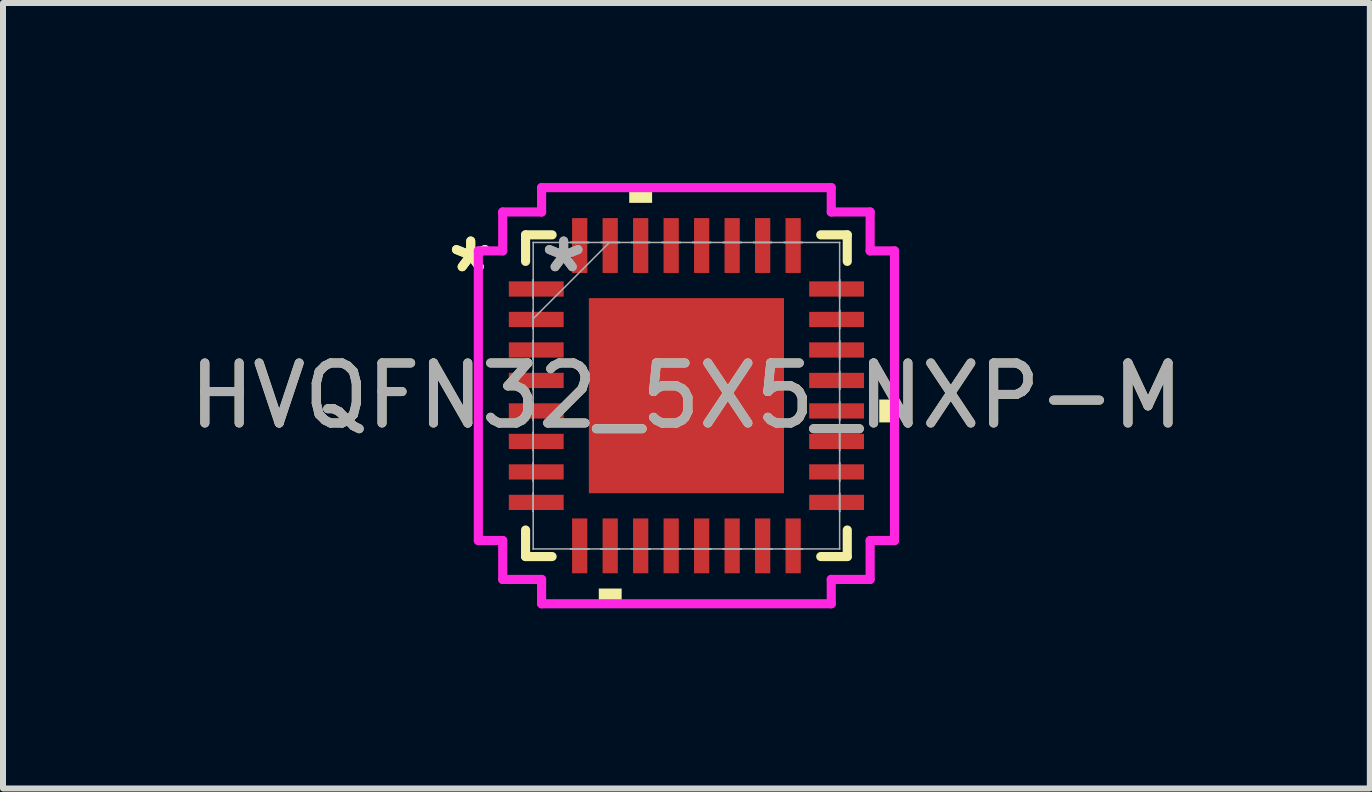
<source format=kicad_pcb>
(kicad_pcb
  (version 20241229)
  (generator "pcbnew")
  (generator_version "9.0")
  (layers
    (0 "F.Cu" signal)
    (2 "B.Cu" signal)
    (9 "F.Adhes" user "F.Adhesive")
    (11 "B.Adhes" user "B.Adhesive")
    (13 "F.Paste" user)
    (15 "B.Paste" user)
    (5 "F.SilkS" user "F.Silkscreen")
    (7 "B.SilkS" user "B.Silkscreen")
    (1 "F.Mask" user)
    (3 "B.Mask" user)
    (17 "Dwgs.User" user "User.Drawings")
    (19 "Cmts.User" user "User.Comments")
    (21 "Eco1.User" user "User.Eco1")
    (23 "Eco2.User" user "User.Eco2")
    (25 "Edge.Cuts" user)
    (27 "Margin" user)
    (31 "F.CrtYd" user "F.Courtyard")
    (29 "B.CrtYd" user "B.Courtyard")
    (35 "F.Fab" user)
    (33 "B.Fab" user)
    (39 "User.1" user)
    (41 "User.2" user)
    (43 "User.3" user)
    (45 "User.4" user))
  (footprint "HVQFN32_5X5_NXP-M"
    (layer "F.Cu")
    (at 8.387 3.543)
    (property "Reference" "HVQFN32_5X5_NXP-M" (at 0 0 0) (unlocked yes) (layer "F.SilkS") (effects (font (size 1 1) (thickness 0.15))))
    (attr smd)
    (fp_line (start -2.68 -2.68) (end -2.68 -2.238) (stroke (width 0.152) (type solid)) (layer "F.SilkS"))
    (fp_line (start -2.68 2.238) (end -2.68 2.68) (stroke (width 0.152) (type solid)) (layer "F.SilkS"))
    (fp_line (start -2.68 2.68) (end -2.238 2.68) (stroke (width 0.152) (type solid)) (layer "F.SilkS"))
    (fp_line (start -2.238 -2.68) (end -2.68 -2.68) (stroke (width 0.152) (type solid)) (layer "F.SilkS"))
    (fp_line (start 2.238 2.68) (end 2.68 2.68) (stroke (width 0.152) (type solid)) (layer "F.SilkS"))
    (fp_line (start 2.68 -2.68) (end 2.238 -2.68) (stroke (width 0.152) (type solid)) (layer "F.SilkS"))
    (fp_line (start 2.68 -2.238) (end 2.68 -2.68) (stroke (width 0.152) (type solid)) (layer "F.SilkS"))
    (fp_line (start 2.68 2.68) (end 2.68 2.238) (stroke (width 0.152) (type solid)) (layer "F.SilkS"))
    (fp_poly (pts (xy -1.46 3.213) (xy -1.46 3.467) (xy -1.079 3.467) (xy -1.079 3.213)) (stroke (width 0) (type solid)) (fill yes) (layer "F.SilkS"))
    (fp_poly (pts (xy -0.953 -3.213) (xy -0.953 -3.467) (xy -0.572 -3.467) (xy -0.572 -3.213)) (stroke (width 0) (type solid)) (fill yes) (layer "F.SilkS"))
    (fp_poly (pts (xy 3.467 0.064) (xy 3.467 0.445) (xy 3.213 0.445) (xy 3.213 0.064)) (stroke (width 0) (type solid)) (fill yes) (layer "F.SilkS"))
    (fp_poly (pts (xy -1.526 -1.526) (xy -1.526 -0.1) (xy -0.1 -0.1) (xy -0.1 -1.526)) (stroke (width 0) (type solid)) (fill yes) (layer "F.Paste"))
    (fp_poly (pts (xy -1.526 0.1) (xy -1.526 1.526) (xy -0.1 1.526) (xy -0.1 0.1)) (stroke (width 0) (type solid)) (fill yes) (layer "F.Paste"))
    (fp_poly (pts (xy 0.1 -1.526) (xy 0.1 -0.1) (xy 1.526 -0.1) (xy 1.526 -1.526)) (stroke (width 0) (type solid)) (fill yes) (layer "F.Paste"))
    (fp_poly (pts (xy 0.1 0.1) (xy 0.1 1.526) (xy 1.526 1.526) (xy 1.526 0.1)) (stroke (width 0) (type solid)) (fill yes) (layer "F.Paste"))
    (fp_line (start -3.467 -2.413) (end -3.061 -2.413) (stroke (width 0.152) (type solid)) (layer "F.CrtYd"))
    (fp_line (start -3.467 2.413) (end -3.467 -2.413) (stroke (width 0.152) (type solid)) (layer "F.CrtYd"))
    (fp_line (start -3.061 -3.061) (end -2.413 -3.061) (stroke (width 0.152) (type solid)) (layer "F.CrtYd"))
    (fp_line (start -3.061 -2.413) (end -3.061 -3.061) (stroke (width 0.152) (type solid)) (layer "F.CrtYd"))
    (fp_line (start -3.061 2.413) (end -3.467 2.413) (stroke (width 0.152) (type solid)) (layer "F.CrtYd"))
    (fp_line (start -3.061 3.061) (end -3.061 2.413) (stroke (width 0.152) (type solid)) (layer "F.CrtYd"))
    (fp_line (start -2.413 -3.467) (end 2.413 -3.467) (stroke (width 0.152) (type solid)) (layer "F.CrtYd"))
    (fp_line (start -2.413 -3.061) (end -2.413 -3.467) (stroke (width 0.152) (type solid)) (layer "F.CrtYd"))
    (fp_line (start -2.413 3.061) (end -3.061 3.061) (stroke (width 0.152) (type solid)) (layer "F.CrtYd"))
    (fp_line (start -2.413 3.467) (end -2.413 3.061) (stroke (width 0.152) (type solid)) (layer "F.CrtYd"))
    (fp_line (start 2.413 -3.467) (end 2.413 -3.061) (stroke (width 0.152) (type solid)) (layer "F.CrtYd"))
    (fp_line (start 2.413 -3.061) (end 3.061 -3.061) (stroke (width 0.152) (type solid)) (layer "F.CrtYd"))
    (fp_line (start 2.413 3.061) (end 2.413 3.467) (stroke (width 0.152) (type solid)) (layer "F.CrtYd"))
    (fp_line (start 2.413 3.467) (end -2.413 3.467) (stroke (width 0.152) (type solid)) (layer "F.CrtYd"))
    (fp_line (start 3.061 -3.061) (end 3.061 -2.413) (stroke (width 0.152) (type solid)) (layer "F.CrtYd"))
    (fp_line (start 3.061 -2.413) (end 3.467 -2.413) (stroke (width 0.152) (type solid)) (layer "F.CrtYd"))
    (fp_line (start 3.061 2.413) (end 3.061 3.061) (stroke (width 0.152) (type solid)) (layer "F.CrtYd"))
    (fp_line (start 3.061 3.061) (end 2.413 3.061) (stroke (width 0.152) (type solid)) (layer "F.CrtYd"))
    (fp_line (start 3.467 -2.413) (end 3.467 2.413) (stroke (width 0.152) (type solid)) (layer "F.CrtYd"))
    (fp_line (start 3.467 2.413) (end 3.061 2.413) (stroke (width 0.152) (type solid)) (layer "F.CrtYd"))
    (fp_line (start -2.553 -2.553) (end -2.553 -2.553) (stroke (width 0.025) (type solid)) (layer "F.Fab"))
    (fp_line (start -2.553 -2.553) (end -2.553 2.553) (stroke (width 0.025) (type solid)) (layer "F.Fab"))
    (fp_line (start -2.553 -1.93) (end -2.553 -1.93) (stroke (width 0.025) (type solid)) (layer "F.Fab"))
    (fp_line (start -2.553 -1.93) (end -2.553 -1.626) (stroke (width 0.025) (type solid)) (layer "F.Fab"))
    (fp_line (start -2.553 -1.626) (end -2.553 -1.93) (stroke (width 0.025) (type solid)) (layer "F.Fab"))
    (fp_line (start -2.553 -1.626) (end -2.553 -1.626) (stroke (width 0.025) (type solid)) (layer "F.Fab"))
    (fp_line (start -2.553 -1.422) (end -2.553 -1.422) (stroke (width 0.025) (type solid)) (layer "F.Fab"))
    (fp_line (start -2.553 -1.422) (end -2.553 -1.118) (stroke (width 0.025) (type solid)) (layer "F.Fab"))
    (fp_line (start -2.553 -1.283) (end -1.283 -2.553) (stroke (width 0.025) (type solid)) (layer "F.Fab"))
    (fp_line (start -2.553 -1.118) (end -2.553 -1.422) (stroke (width 0.025) (type solid)) (layer "F.Fab"))
    (fp_line (start -2.553 -1.118) (end -2.553 -1.118) (stroke (width 0.025) (type solid)) (layer "F.Fab"))
    (fp_line (start -2.553 -0.914) (end -2.553 -0.914) (stroke (width 0.025) (type solid)) (layer "F.Fab"))
    (fp_line (start -2.553 -0.914) (end -2.553 -0.61) (stroke (width 0.025) (type solid)) (layer "F.Fab"))
    (fp_line (start -2.553 -0.61) (end -2.553 -0.914) (stroke (width 0.025) (type solid)) (layer "F.Fab"))
    (fp_line (start -2.553 -0.61) (end -2.553 -0.61) (stroke (width 0.025) (type solid)) (layer "F.Fab"))
    (fp_line (start -2.553 -0.406) (end -2.553 -0.406) (stroke (width 0.025) (type solid)) (layer "F.Fab"))
    (fp_line (start -2.553 -0.406) (end -2.553 -0.102) (stroke (width 0.025) (type solid)) (layer "F.Fab"))
    (fp_line (start -2.553 -0.102) (end -2.553 -0.406) (stroke (width 0.025) (type solid)) (layer "F.Fab"))
    (fp_line (start -2.553 -0.102) (end -2.553 -0.102) (stroke (width 0.025) (type solid)) (layer "F.Fab"))
    (fp_line (start -2.553 0.102) (end -2.553 0.102) (stroke (width 0.025) (type solid)) (layer "F.Fab"))
    (fp_line (start -2.553 0.102) (end -2.553 0.406) (stroke (width 0.025) (type solid)) (layer "F.Fab"))
    (fp_line (start -2.553 0.406) (end -2.553 0.102) (stroke (width 0.025) (type solid)) (layer "F.Fab"))
    (fp_line (start -2.553 0.406) (end -2.553 0.406) (stroke (width 0.025) (type solid)) (layer "F.Fab"))
    (fp_line (start -2.553 0.61) (end -2.553 0.61) (stroke (width 0.025) (type solid)) (layer "F.Fab"))
    (fp_line (start -2.553 0.61) (end -2.553 0.914) (stroke (width 0.025) (type solid)) (layer "F.Fab"))
    (fp_line (start -2.553 0.914) (end -2.553 0.61) (stroke (width 0.025) (type solid)) (layer "F.Fab"))
    (fp_line (start -2.553 0.914) (end -2.553 0.914) (stroke (width 0.025) (type solid)) (layer "F.Fab"))
    (fp_line (start -2.553 1.118) (end -2.553 1.118) (stroke (width 0.025) (type solid)) (layer "F.Fab"))
    (fp_line (start -2.553 1.118) (end -2.553 1.422) (stroke (width 0.025) (type solid)) (layer "F.Fab"))
    (fp_line (start -2.553 1.422) (end -2.553 1.118) (stroke (width 0.025) (type solid)) (layer "F.Fab"))
    (fp_line (start -2.553 1.422) (end -2.553 1.422) (stroke (width 0.025) (type solid)) (layer "F.Fab"))
    (fp_line (start -2.553 1.626) (end -2.553 1.626) (stroke (width 0.025) (type solid)) (layer "F.Fab"))
    (fp_line (start -2.553 1.626) (end -2.553 1.93) (stroke (width 0.025) (type solid)) (layer "F.Fab"))
    (fp_line (start -2.553 1.93) (end -2.553 1.626) (stroke (width 0.025) (type solid)) (layer "F.Fab"))
    (fp_line (start -2.553 1.93) (end -2.553 1.93) (stroke (width 0.025) (type solid)) (layer "F.Fab"))
    (fp_line (start -2.553 2.553) (end -2.553 2.553) (stroke (width 0.025) (type solid)) (layer "F.Fab"))
    (fp_line (start -2.553 2.553) (end 2.553 2.553) (stroke (width 0.025) (type solid)) (layer "F.Fab"))
    (fp_line (start -1.93 -2.553) (end -1.93 -2.553) (stroke (width 0.025) (type solid)) (layer "F.Fab"))
    (fp_line (start -1.93 -2.553) (end -1.626 -2.553) (stroke (width 0.025) (type solid)) (layer "F.Fab"))
    (fp_line (start -1.93 2.553) (end -1.93 2.553) (stroke (width 0.025) (type solid)) (layer "F.Fab"))
    (fp_line (start -1.93 2.553) (end -1.626 2.553) (stroke (width 0.025) (type solid)) (layer "F.Fab"))
    (fp_line (start -1.626 -2.553) (end -1.93 -2.553) (stroke (width 0.025) (type solid)) (layer "F.Fab"))
    (fp_line (start -1.626 -2.553) (end -1.626 -2.553) (stroke (width 0.025) (type solid)) (layer "F.Fab"))
    (fp_line (start -1.626 2.553) (end -1.93 2.553) (stroke (width 0.025) (type solid)) (layer "F.Fab"))
    (fp_line (start -1.626 2.553) (end -1.626 2.553) (stroke (width 0.025) (type solid)) (layer "F.Fab"))
    (fp_line (start -1.422 -2.553) (end -1.422 -2.553) (stroke (width 0.025) (type solid)) (layer "F.Fab"))
    (fp_line (start -1.422 -2.553) (end -1.118 -2.553) (stroke (width 0.025) (type solid)) (layer "F.Fab"))
    (fp_line (start -1.422 2.553) (end -1.422 2.553) (stroke (width 0.025) (type solid)) (layer "F.Fab"))
    (fp_line (start -1.422 2.553) (end -1.118 2.553) (stroke (width 0.025) (type solid)) (layer "F.Fab"))
    (fp_line (start -1.118 -2.553) (end -1.422 -2.553) (stroke (width 0.025) (type solid)) (layer "F.Fab"))
    (fp_line (start -1.118 -2.553) (end -1.118 -2.553) (stroke (width 0.025) (type solid)) (layer "F.Fab"))
    (fp_line (start -1.118 2.553) (end -1.422 2.553) (stroke (width 0.025) (type solid)) (layer "F.Fab"))
    (fp_line (start -1.118 2.553) (end -1.118 2.553) (stroke (width 0.025) (type solid)) (layer "F.Fab"))
    (fp_line (start -0.914 -2.553) (end -0.914 -2.553) (stroke (width 0.025) (type solid)) (layer "F.Fab"))
    (fp_line (start -0.914 -2.553) (end -0.61 -2.553) (stroke (width 0.025) (type solid)) (layer "F.Fab"))
    (fp_line (start -0.914 2.553) (end -0.914 2.553) (stroke (width 0.025) (type solid)) (layer "F.Fab"))
    (fp_line (start -0.914 2.553) (end -0.61 2.553) (stroke (width 0.025) (type solid)) (layer "F.Fab"))
    (fp_line (start -0.61 -2.553) (end -0.914 -2.553) (stroke (width 0.025) (type solid)) (layer "F.Fab"))
    (fp_line (start -0.61 -2.553) (end -0.61 -2.553) (stroke (width 0.025) (type solid)) (layer "F.Fab"))
    (fp_line (start -0.61 2.553) (end -0.914 2.553) (stroke (width 0.025) (type solid)) (layer "F.Fab"))
    (fp_line (start -0.61 2.553) (end -0.61 2.553) (stroke (width 0.025) (type solid)) (layer "F.Fab"))
    (fp_line (start -0.406 -2.553) (end -0.406 -2.553) (stroke (width 0.025) (type solid)) (layer "F.Fab"))
    (fp_line (start -0.406 -2.553) (end -0.102 -2.553) (stroke (width 0.025) (type solid)) (layer "F.Fab"))
    (fp_line (start -0.406 2.553) (end -0.406 2.553) (stroke (width 0.025) (type solid)) (layer "F.Fab"))
    (fp_line (start -0.406 2.553) (end -0.102 2.553) (stroke (width 0.025) (type solid)) (layer "F.Fab"))
    (fp_line (start -0.102 -2.553) (end -0.406 -2.553) (stroke (width 0.025) (type solid)) (layer "F.Fab"))
    (fp_line (start -0.102 -2.553) (end -0.102 -2.553) (stroke (width 0.025) (type solid)) (layer "F.Fab"))
    (fp_line (start -0.102 2.553) (end -0.406 2.553) (stroke (width 0.025) (type solid)) (layer "F.Fab"))
    (fp_line (start -0.102 2.553) (end -0.102 2.553) (stroke (width 0.025) (type solid)) (layer "F.Fab"))
    (fp_line (start 0.102 -2.553) (end 0.102 -2.553) (stroke (width 0.025) (type solid)) (layer "F.Fab"))
    (fp_line (start 0.102 -2.553) (end 0.406 -2.553) (stroke (width 0.025) (type solid)) (layer "F.Fab"))
    (fp_line (start 0.102 2.553) (end 0.102 2.553) (stroke (width 0.025) (type solid)) (layer "F.Fab"))
    (fp_line (start 0.102 2.553) (end 0.406 2.553) (stroke (width 0.025) (type solid)) (layer "F.Fab"))
    (fp_line (start 0.406 -2.553) (end 0.102 -2.553) (stroke (width 0.025) (type solid)) (layer "F.Fab"))
    (fp_line (start 0.406 -2.553) (end 0.406 -2.553) (stroke (width 0.025) (type solid)) (layer "F.Fab"))
    (fp_line (start 0.406 2.553) (end 0.102 2.553) (stroke (width 0.025) (type solid)) (layer "F.Fab"))
    (fp_line (start 0.406 2.553) (end 0.406 2.553) (stroke (width 0.025) (type solid)) (layer "F.Fab"))
    (fp_line (start 0.61 -2.553) (end 0.61 -2.553) (stroke (width 0.025) (type solid)) (layer "F.Fab"))
    (fp_line (start 0.61 -2.553) (end 0.914 -2.553) (stroke (width 0.025) (type solid)) (layer "F.Fab"))
    (fp_line (start 0.61 2.553) (end 0.61 2.553) (stroke (width 0.025) (type solid)) (layer "F.Fab"))
    (fp_line (start 0.61 2.553) (end 0.914 2.553) (stroke (width 0.025) (type solid)) (layer "F.Fab"))
    (fp_line (start 0.914 -2.553) (end 0.61 -2.553) (stroke (width 0.025) (type solid)) (layer "F.Fab"))
    (fp_line (start 0.914 -2.553) (end 0.914 -2.553) (stroke (width 0.025) (type solid)) (layer "F.Fab"))
    (fp_line (start 0.914 2.553) (end 0.61 2.553) (stroke (width 0.025) (type solid)) (layer "F.Fab"))
    (fp_line (start 0.914 2.553) (end 0.914 2.553) (stroke (width 0.025) (type solid)) (layer "F.Fab"))
    (fp_line (start 1.118 -2.553) (end 1.118 -2.553) (stroke (width 0.025) (type solid)) (layer "F.Fab"))
    (fp_line (start 1.118 -2.553) (end 1.422 -2.553) (stroke (width 0.025) (type solid)) (layer "F.Fab"))
    (fp_line (start 1.118 2.553) (end 1.118 2.553) (stroke (width 0.025) (type solid)) (layer "F.Fab"))
    (fp_line (start 1.118 2.553) (end 1.422 2.553) (stroke (width 0.025) (type solid)) (layer "F.Fab"))
    (fp_line (start 1.422 -2.553) (end 1.118 -2.553) (stroke (width 0.025) (type solid)) (layer "F.Fab"))
    (fp_line (start 1.422 -2.553) (end 1.422 -2.553) (stroke (width 0.025) (type solid)) (layer "F.Fab"))
    (fp_line (start 1.422 2.553) (end 1.118 2.553) (stroke (width 0.025) (type solid)) (layer "F.Fab"))
    (fp_line (start 1.422 2.553) (end 1.422 2.553) (stroke (width 0.025) (type solid)) (layer "F.Fab"))
    (fp_line (start 1.626 -2.553) (end 1.626 -2.553) (stroke (width 0.025) (type solid)) (layer "F.Fab"))
    (fp_line (start 1.626 -2.553) (end 1.93 -2.553) (stroke (width 0.025) (type solid)) (layer "F.Fab"))
    (fp_line (start 1.626 2.553) (end 1.626 2.553) (stroke (width 0.025) (type solid)) (layer "F.Fab"))
    (fp_line (start 1.626 2.553) (end 1.93 2.553) (stroke (width 0.025) (type solid)) (layer "F.Fab"))
    (fp_line (start 1.93 -2.553) (end 1.626 -2.553) (stroke (width 0.025) (type solid)) (layer "F.Fab"))
    (fp_line (start 1.93 -2.553) (end 1.93 -2.553) (stroke (width 0.025) (type solid)) (layer "F.Fab"))
    (fp_line (start 1.93 2.553) (end 1.626 2.553) (stroke (width 0.025) (type solid)) (layer "F.Fab"))
    (fp_line (start 1.93 2.553) (end 1.93 2.553) (stroke (width 0.025) (type solid)) (layer "F.Fab"))
    (fp_line (start 2.553 -2.553) (end -2.553 -2.553) (stroke (width 0.025) (type solid)) (layer "F.Fab"))
    (fp_line (start 2.553 -2.553) (end 2.553 -2.553) (stroke (width 0.025) (type solid)) (layer "F.Fab"))
    (fp_line (start 2.553 -1.93) (end 2.553 -1.93) (stroke (width 0.025) (type solid)) (layer "F.Fab"))
    (fp_line (start 2.553 -1.93) (end 2.553 -1.626) (stroke (width 0.025) (type solid)) (layer "F.Fab"))
    (fp_line (start 2.553 -1.626) (end 2.553 -1.93) (stroke (width 0.025) (type solid)) (layer "F.Fab"))
    (fp_line (start 2.553 -1.626) (end 2.553 -1.626) (stroke (width 0.025) (type solid)) (layer "F.Fab"))
    (fp_line (start 2.553 -1.422) (end 2.553 -1.422) (stroke (width 0.025) (type solid)) (layer "F.Fab"))
    (fp_line (start 2.553 -1.422) (end 2.553 -1.118) (stroke (width 0.025) (type solid)) (layer "F.Fab"))
    (fp_line (start 2.553 -1.118) (end 2.553 -1.422) (stroke (width 0.025) (type solid)) (layer "F.Fab"))
    (fp_line (start 2.553 -1.118) (end 2.553 -1.118) (stroke (width 0.025) (type solid)) (layer "F.Fab"))
    (fp_line (start 2.553 -0.914) (end 2.553 -0.914) (stroke (width 0.025) (type solid)) (layer "F.Fab"))
    (fp_line (start 2.553 -0.914) (end 2.553 -0.61) (stroke (width 0.025) (type solid)) (layer "F.Fab"))
    (fp_line (start 2.553 -0.61) (end 2.553 -0.914) (stroke (width 0.025) (type solid)) (layer "F.Fab"))
    (fp_line (start 2.553 -0.61) (end 2.553 -0.61) (stroke (width 0.025) (type solid)) (layer "F.Fab"))
    (fp_line (start 2.553 -0.406) (end 2.553 -0.406) (stroke (width 0.025) (type solid)) (layer "F.Fab"))
    (fp_line (start 2.553 -0.406) (end 2.553 -0.102) (stroke (width 0.025) (type solid)) (layer "F.Fab"))
    (fp_line (start 2.553 -0.102) (end 2.553 -0.406) (stroke (width 0.025) (type solid)) (layer "F.Fab"))
    (fp_line (start 2.553 -0.102) (end 2.553 -0.102) (stroke (width 0.025) (type solid)) (layer "F.Fab"))
    (fp_line (start 2.553 0.102) (end 2.553 0.102) (stroke (width 0.025) (type solid)) (layer "F.Fab"))
    (fp_line (start 2.553 0.102) (end 2.553 0.406) (stroke (width 0.025) (type solid)) (layer "F.Fab"))
    (fp_line (start 2.553 0.406) (end 2.553 0.102) (stroke (width 0.025) (type solid)) (layer "F.Fab"))
    (fp_line (start 2.553 0.406) (end 2.553 0.406) (stroke (width 0.025) (type solid)) (layer "F.Fab"))
    (fp_line (start 2.553 0.61) (end 2.553 0.61) (stroke (width 0.025) (type solid)) (layer "F.Fab"))
    (fp_line (start 2.553 0.61) (end 2.553 0.914) (stroke (width 0.025) (type solid)) (layer "F.Fab"))
    (fp_line (start 2.553 0.914) (end 2.553 0.61) (stroke (width 0.025) (type solid)) (layer "F.Fab"))
    (fp_line (start 2.553 0.914) (end 2.553 0.914) (stroke (width 0.025) (type solid)) (layer "F.Fab"))
    (fp_line (start 2.553 1.118) (end 2.553 1.118) (stroke (width 0.025) (type solid)) (layer "F.Fab"))
    (fp_line (start 2.553 1.118) (end 2.553 1.422) (stroke (width 0.025) (type solid)) (layer "F.Fab"))
    (fp_line (start 2.553 1.422) (end 2.553 1.118) (stroke (width 0.025) (type solid)) (layer "F.Fab"))
    (fp_line (start 2.553 1.422) (end 2.553 1.422) (stroke (width 0.025) (type solid)) (layer "F.Fab"))
    (fp_line (start 2.553 1.626) (end 2.553 1.626) (stroke (width 0.025) (type solid)) (layer "F.Fab"))
    (fp_line (start 2.553 1.626) (end 2.553 1.93) (stroke (width 0.025) (type solid)) (layer "F.Fab"))
    (fp_line (start 2.553 1.93) (end 2.553 1.626) (stroke (width 0.025) (type solid)) (layer "F.Fab"))
    (fp_line (start 2.553 1.93) (end 2.553 1.93) (stroke (width 0.025) (type solid)) (layer "F.Fab"))
    (fp_line (start 2.553 2.553) (end 2.553 -2.553) (stroke (width 0.025) (type solid)) (layer "F.Fab"))
    (fp_line (start 2.553 2.553) (end 2.553 2.553) (stroke (width 0.025) (type solid)) (layer "F.Fab"))
    (fp_text user "*" (at -3.594 -2.032 0) (unlocked yes) (layer "F.SilkS") (effects (font (size 1 1) (thickness 0.15))))
    (fp_text user "*" (at -3.594 -2.032 0) (layer "F.SilkS") (effects (font (size 1 1) (thickness 0.15))))
    (fp_text user "${REFERENCE}" (at 0 0 0) (unlocked yes) (layer "F.Fab") (effects (font (size 1 1) (thickness 0.15))))
    (fp_text user "*" (at -2.045 -2.032 0) (layer "F.Fab") (effects (font (size 1 1) (thickness 0.15))))
    (fp_text user "*" (at -2.045 -2.032 0) (unlocked yes) (layer "F.Fab") (effects (font (size 1 1) (thickness 0.15))))
    (pad "1" smd rect (at -2.502 -1.778 90) (size 0.254 0.914) (layers "F.Cu" "F.Mask" "F.Paste"))
    (pad "2" smd rect (at -2.502 -1.27 90) (size 0.254 0.914) (layers "F.Cu" "F.Mask" "F.Paste"))
    (pad "3" smd rect (at -2.502 -0.762 90) (size 0.254 0.914) (layers "F.Cu" "F.Mask" "F.Paste"))
    (pad "4" smd rect (at -2.502 -0.254 90) (size 0.254 0.914) (layers "F.Cu" "F.Mask" "F.Paste"))
    (pad "5" smd rect (at -2.502 0.254 90) (size 0.254 0.914) (layers "F.Cu" "F.Mask" "F.Paste"))
    (pad "6" smd rect (at -2.502 0.762 90) (size 0.254 0.914) (layers "F.Cu" "F.Mask" "F.Paste"))
    (pad "7" smd rect (at -2.502 1.27 90) (size 0.254 0.914) (layers "F.Cu" "F.Mask" "F.Paste"))
    (pad "8" smd rect (at -2.502 1.778 90) (size 0.254 0.914) (layers "F.Cu" "F.Mask" "F.Paste"))
    (pad "9" smd rect (at -1.778 2.502) (size 0.254 0.914) (layers "F.Cu" "F.Mask" "F.Paste"))
    (pad "10" smd rect (at -1.27 2.502) (size 0.254 0.914) (layers "F.Cu" "F.Mask" "F.Paste"))
    (pad "11" smd rect (at -0.762 2.502) (size 0.254 0.914) (layers "F.Cu" "F.Mask" "F.Paste"))
    (pad "12" smd rect (at -0.254 2.502) (size 0.254 0.914) (layers "F.Cu" "F.Mask" "F.Paste"))
    (pad "13" smd rect (at 0.254 2.502) (size 0.254 0.914) (layers "F.Cu" "F.Mask" "F.Paste"))
    (pad "14" smd rect (at 0.762 2.502) (size 0.254 0.914) (layers "F.Cu" "F.Mask" "F.Paste"))
    (pad "15" smd rect (at 1.27 2.502) (size 0.254 0.914) (layers "F.Cu" "F.Mask" "F.Paste"))
    (pad "16" smd rect (at 1.778 2.502) (size 0.254 0.914) (layers "F.Cu" "F.Mask" "F.Paste"))
    (pad "17" smd rect (at 2.502 1.778 90) (size 0.254 0.914) (layers "F.Cu" "F.Mask" "F.Paste"))
    (pad "18" smd rect (at 2.502 1.27 90) (size 0.254 0.914) (layers "F.Cu" "F.Mask" "F.Paste"))
    (pad "19" smd rect (at 2.502 0.762 90) (size 0.254 0.914) (layers "F.Cu" "F.Mask" "F.Paste"))
    (pad "20" smd rect (at 2.502 0.254 90) (size 0.254 0.914) (layers "F.Cu" "F.Mask" "F.Paste"))
    (pad "21" smd rect (at 2.502 -0.254 90) (size 0.254 0.914) (layers "F.Cu" "F.Mask" "F.Paste"))
    (pad "22" smd rect (at 2.502 -0.762 90) (size 0.254 0.914) (layers "F.Cu" "F.Mask" "F.Paste"))
    (pad "23" smd rect (at 2.502 -1.27 90) (size 0.254 0.914) (layers "F.Cu" "F.Mask" "F.Paste"))
    (pad "24" smd rect (at 2.502 -1.778 90) (size 0.254 0.914) (layers "F.Cu" "F.Mask" "F.Paste"))
    (pad "25" smd rect (at 1.778 -2.502) (size 0.254 0.914) (layers "F.Cu" "F.Mask" "F.Paste"))
    (pad "26" smd rect (at 1.27 -2.502) (size 0.254 0.914) (layers "F.Cu" "F.Mask" "F.Paste"))
    (pad "27" smd rect (at 0.762 -2.502) (size 0.254 0.914) (layers "F.Cu" "F.Mask" "F.Paste"))
    (pad "28" smd rect (at 0.254 -2.502) (size 0.254 0.914) (layers "F.Cu" "F.Mask" "F.Paste"))
    (pad "29" smd rect (at -0.254 -2.502) (size 0.254 0.914) (layers "F.Cu" "F.Mask" "F.Paste"))
    (pad "30" smd rect (at -0.762 -2.502) (size 0.254 0.914) (layers "F.Cu" "F.Mask" "F.Paste"))
    (pad "31" smd rect (at -1.27 -2.502) (size 0.254 0.914) (layers "F.Cu" "F.Mask" "F.Paste"))
    (pad "32" smd rect (at -1.778 -2.502) (size 0.254 0.914) (layers "F.Cu" "F.Mask" "F.Paste"))
    (pad "33" smd rect (at 0 0) (size 3.251 3.251) (layers "F.Cu" "F.Mask" "F.Paste")))
  (gr_rect
    (start -3 -3)
    (end 19.774 10.087)
    (stroke (width 0.1) (type default))
    (fill no)
    (layer "Edge.Cuts")))
</source>
